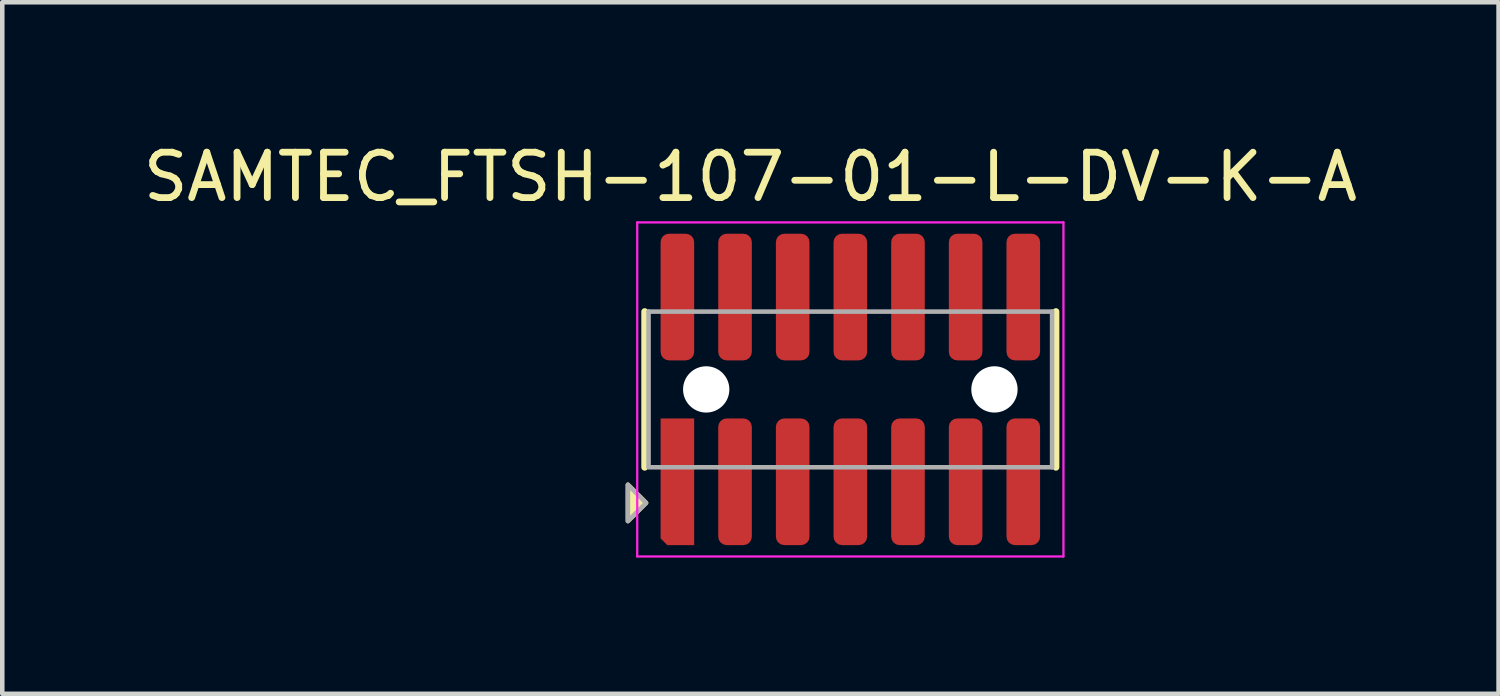
<source format=kicad_pcb>
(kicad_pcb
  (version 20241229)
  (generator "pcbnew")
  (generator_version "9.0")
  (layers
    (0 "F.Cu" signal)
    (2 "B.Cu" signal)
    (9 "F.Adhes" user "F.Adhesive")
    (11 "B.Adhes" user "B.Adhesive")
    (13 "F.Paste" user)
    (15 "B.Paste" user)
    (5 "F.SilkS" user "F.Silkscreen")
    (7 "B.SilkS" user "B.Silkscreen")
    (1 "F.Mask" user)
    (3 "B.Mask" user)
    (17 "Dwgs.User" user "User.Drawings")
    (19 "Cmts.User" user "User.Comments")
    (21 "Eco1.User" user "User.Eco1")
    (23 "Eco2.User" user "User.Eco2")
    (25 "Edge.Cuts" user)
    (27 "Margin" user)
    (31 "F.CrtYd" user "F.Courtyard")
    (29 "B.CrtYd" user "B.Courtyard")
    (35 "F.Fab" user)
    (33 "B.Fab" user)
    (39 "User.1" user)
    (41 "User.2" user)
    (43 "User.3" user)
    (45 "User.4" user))
  (footprint "SAMTEC_FTSH-107-01-L-DV-K-A"
    (layer "F.Cu")
    (at 15.683 5.529)
    (property "Reference" "SAMTEC_FTSH-107-01-L-DV-K-A" (at -2.201 -4.681 0) (layer "F.SilkS") (effects (font (size 1 1) (thickness 0.15))))
    (attr smd)
    (fp_circle (center -3.175 0) (end -2.614 0) (stroke (width 0) (type solid)) (fill yes) (layer "B.Mask"))
    (fp_circle (center 3.175 0) (end 3.736 0) (stroke (width 0) (type solid)) (fill yes) (layer "B.Mask"))
    (fp_line (start -4.53 -1.715) (end -4.53 1.715) (stroke (width 0.15) (type solid)) (layer "F.SilkS"))
    (fp_line (start 4.53 1.715) (end 4.53 -1.715) (stroke (width 0.15) (type solid)) (layer "F.SilkS"))
    (fp_poly (pts (xy -4.5 2.5) (xy -4.9 2.9) (xy -4.9 2.1)) (stroke (width 0.1) (type solid)) (fill yes) (layer "F.SilkS"))
    (fp_line (start -4.695 -3.68) (end 4.695 -3.68) (stroke (width 0.05) (type solid)) (layer "F.CrtYd"))
    (fp_line (start -4.695 3.68) (end -4.695 -3.68) (stroke (width 0.05) (type solid)) (layer "F.CrtYd"))
    (fp_line (start 4.695 -3.68) (end 4.695 3.68) (stroke (width 0.05) (type solid)) (layer "F.CrtYd"))
    (fp_line (start 4.695 3.68) (end -4.695 3.68) (stroke (width 0.05) (type solid)) (layer "F.CrtYd"))
    (fp_line (start -4.445 1.7) (end -4.445 -1.715) (stroke (width 0.1) (type solid)) (layer "F.Fab"))
    (fp_line (start -4.445 1.715) (end 4.445 1.715) (stroke (width 0.1) (type solid)) (layer "F.Fab"))
    (fp_line (start 4.445 -1.715) (end -4.445 -1.715) (stroke (width 0.1) (type solid)) (layer "F.Fab"))
    (fp_line (start 4.445 1.715) (end 4.445 -1.715) (stroke (width 0.1) (type solid)) (layer "F.Fab"))
    (fp_poly (pts (xy -4.5 2.5) (xy -4.9 2.1) (xy -4.9 2.9)) (stroke (width 0.1) (type solid)) (fill no) (layer "F.Fab"))
    (pad "" np_thru_hole circle (at -3.175 0) (size 1.02 1.02) (drill 1.02) (layers "*.Cu" "*.Mask"))
    (pad "" np_thru_hole circle (at 3.175 0) (size 1.02 1.02) (drill 1.02) (layers "*.Cu" "*.Mask"))
    (pad "1" smd roundrect (at -3.81 2.035) (size 0.74 2.79) (layers "F.Cu" "F.Mask" "F.Paste") (roundrect_rratio 0) (chamfer_ratio 0.2) (chamfer bottom_left))
    (pad "2" smd roundrect (at -3.81 -2.035) (size 0.74 2.79) (layers "F.Cu" "F.Mask" "F.Paste") (roundrect_rratio 0.25))
    (pad "3" smd roundrect (at -2.54 2.035) (size 0.74 2.79) (layers "F.Cu" "F.Mask" "F.Paste") (roundrect_rratio 0.25))
    (pad "4" smd roundrect (at -2.54 -2.035) (size 0.74 2.79) (layers "F.Cu" "F.Mask" "F.Paste") (roundrect_rratio 0.25))
    (pad "5" smd roundrect (at -1.27 2.035) (size 0.74 2.79) (layers "F.Cu" "F.Mask" "F.Paste") (roundrect_rratio 0.25))
    (pad "6" smd roundrect (at -1.27 -2.035) (size 0.74 2.79) (layers "F.Cu" "F.Mask" "F.Paste") (roundrect_rratio 0.25))
    (pad "7" smd roundrect (at 0 2.035) (size 0.74 2.79) (layers "F.Cu" "F.Mask" "F.Paste") (roundrect_rratio 0.25))
    (pad "8" smd roundrect (at 0 -2.035) (size 0.74 2.79) (layers "F.Cu" "F.Mask" "F.Paste") (roundrect_rratio 0.25))
    (pad "9" smd roundrect (at 1.27 2.035) (size 0.74 2.79) (layers "F.Cu" "F.Mask" "F.Paste") (roundrect_rratio 0.25))
    (pad "10" smd roundrect (at 1.27 -2.035) (size 0.74 2.79) (layers "F.Cu" "F.Mask" "F.Paste") (roundrect_rratio 0.25))
    (pad "11" smd roundrect (at 2.54 2.035) (size 0.74 2.79) (layers "F.Cu" "F.Mask" "F.Paste") (roundrect_rratio 0.25))
    (pad "12" smd roundrect (at 2.54 -2.035) (size 0.74 2.79) (layers "F.Cu" "F.Mask" "F.Paste") (roundrect_rratio 0.25))
    (pad "13" smd roundrect (at 3.81 2.035) (size 0.74 2.79) (layers "F.Cu" "F.Mask" "F.Paste") (roundrect_rratio 0.25))
    (pad "14" smd roundrect (at 3.81 -2.035) (size 0.74 2.79) (layers "F.Cu" "F.Mask" "F.Paste") (roundrect_rratio 0.25)))
  (gr_rect
    (start -3 -3)
    (end 29.964 12.234)
    (stroke (width 0.1) (type default))
    (fill no)
    (layer "Edge.Cuts")))
</source>
